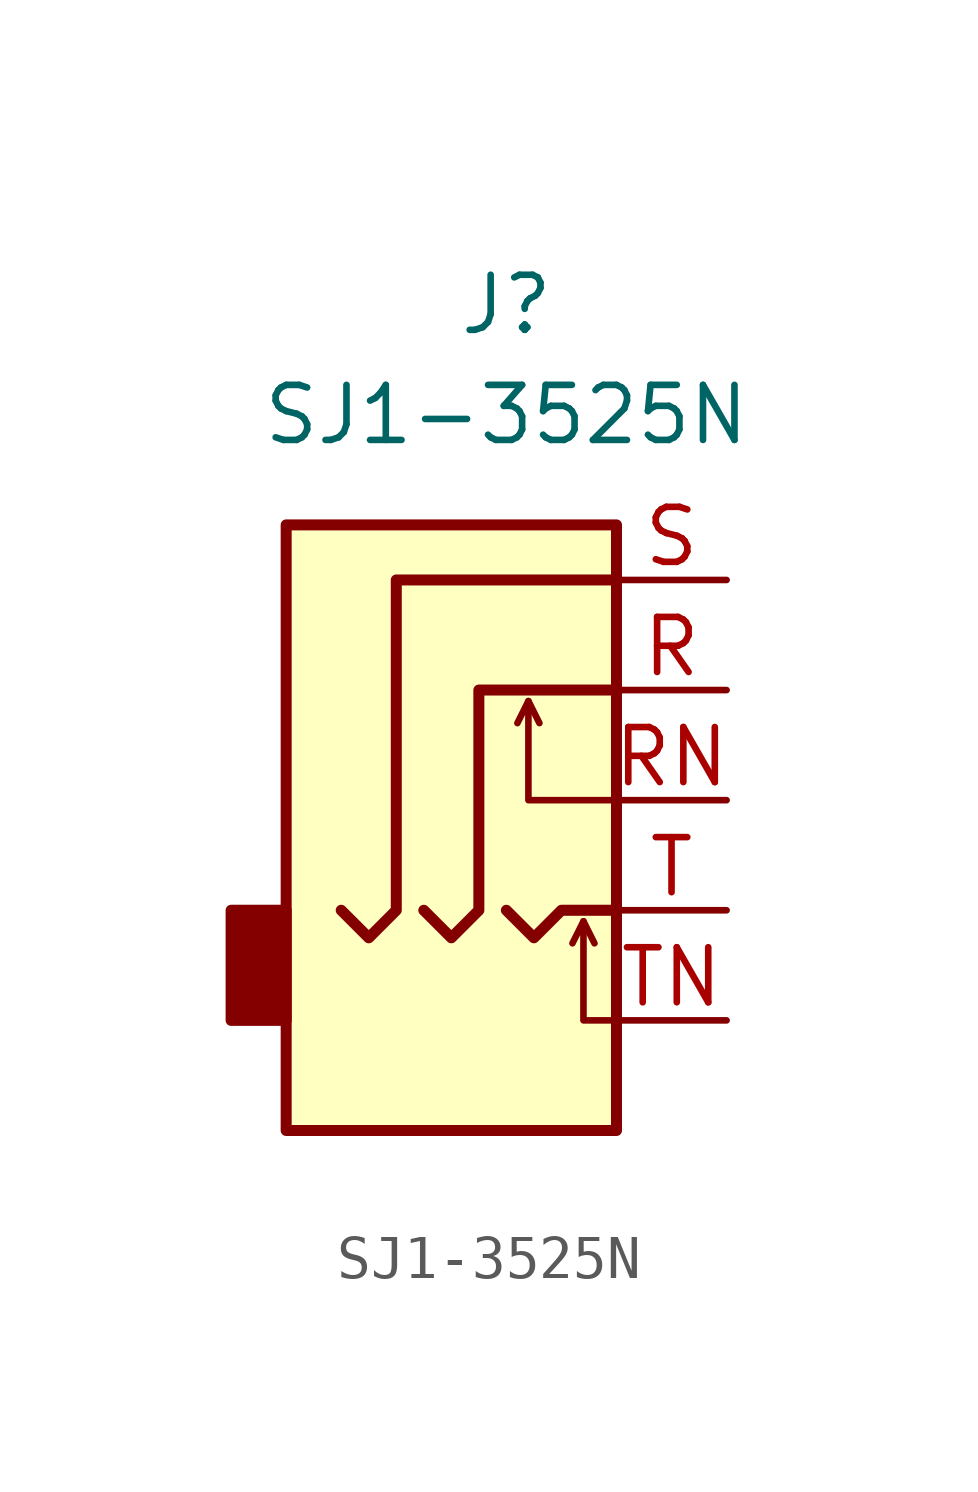
<source format=kicad_sym>
(kicad_symbol_lib
  (version 20220914)
  (generator kicad_symbol_editor)
  (symbol "SJ1-3525N"
    (property "Reference" "J"
      (at 0 8.89 0)
      (effects (font (size 1.27 1.27))))
    (property "Value" "SJ1-3525N"
      (at 0 6.35 0)
      (effects (font (size 1.27 1.27))))
    (symbol "SJ1-3525N_0_1"
      (rectangle (start -5.08 -5.08) (end -6.35 -7.62) (stroke (width 0.254) (type default)) (fill (type outline)))
      (polyline (pts (xy 0.508 -0.254) (xy 0.762 -0.762)) (stroke (width 0) (type default)) (fill (type none)))
      (polyline (pts (xy 1.778 -5.334) (xy 2.032 -5.842)) (stroke (width 0) (type default)) (fill (type none)))
      (polyline (pts (xy 0 -5.08) (xy 0.635 -5.715) (xy 1.27 -5.08) (xy 2.54 -5.08)) (stroke (width 0.254) (type default)) (fill (type none)))
      (polyline (pts (xy 2.54 -7.62) (xy 1.778 -7.62) (xy 1.778 -5.334) (xy 1.524 -5.842)) (stroke (width 0) (type default)) (fill (type none)))
      (polyline (pts (xy 2.54 -2.54) (xy 0.508 -2.54) (xy 0.508 -0.254) (xy 0.254 -0.762)) (stroke (width 0) (type default)) (fill (type none)))
      (polyline (pts (xy -1.905 -5.08) (xy -1.27 -5.715) (xy -0.635 -5.08) (xy -0.635 0) (xy 2.54 0)) (stroke (width 0.254) (type default)) (fill (type none)))
      (polyline (pts (xy 2.54 2.54) (xy -2.54 2.54) (xy -2.54 -5.08) (xy -3.175 -5.715) (xy -3.81 -5.08)) (stroke (width 0.254) (type default)) (fill (type none)))
      (rectangle (start 2.54 3.81) (end -5.08 -10.16) (stroke (width 0.254) (type default)) (fill (type background))))
    (symbol "SJ1-3525N_1_1"
      (pin passive line (at 5.08 0 180) (length 2.54) (name "~" (effects (font (size 1.27 1.27)))) (number "R" (effects (font (size 1.27 1.27)))))
      (pin passive line (at 5.08 -2.54 180) (length 2.54) (name "~" (effects (font (size 1.27 1.27)))) (number "RN" (effects (font (size 1.27 1.27)))))
      (pin passive line (at 5.08 2.54 180) (length 2.54) (name "~" (effects (font (size 1.27 1.27)))) (number "S" (effects (font (size 1.27 1.27)))))
      (pin passive line (at 5.08 -5.08 180) (length 2.54) (name "~" (effects (font (size 1.27 1.27)))) (number "T" (effects (font (size 1.27 1.27)))))
      (pin passive line (at 5.08 -7.62 180) (length 2.54) (name "~" (effects (font (size 1.27 1.27)))) (number "TN" (effects (font (size 1.27 1.27))))))))
</source>
